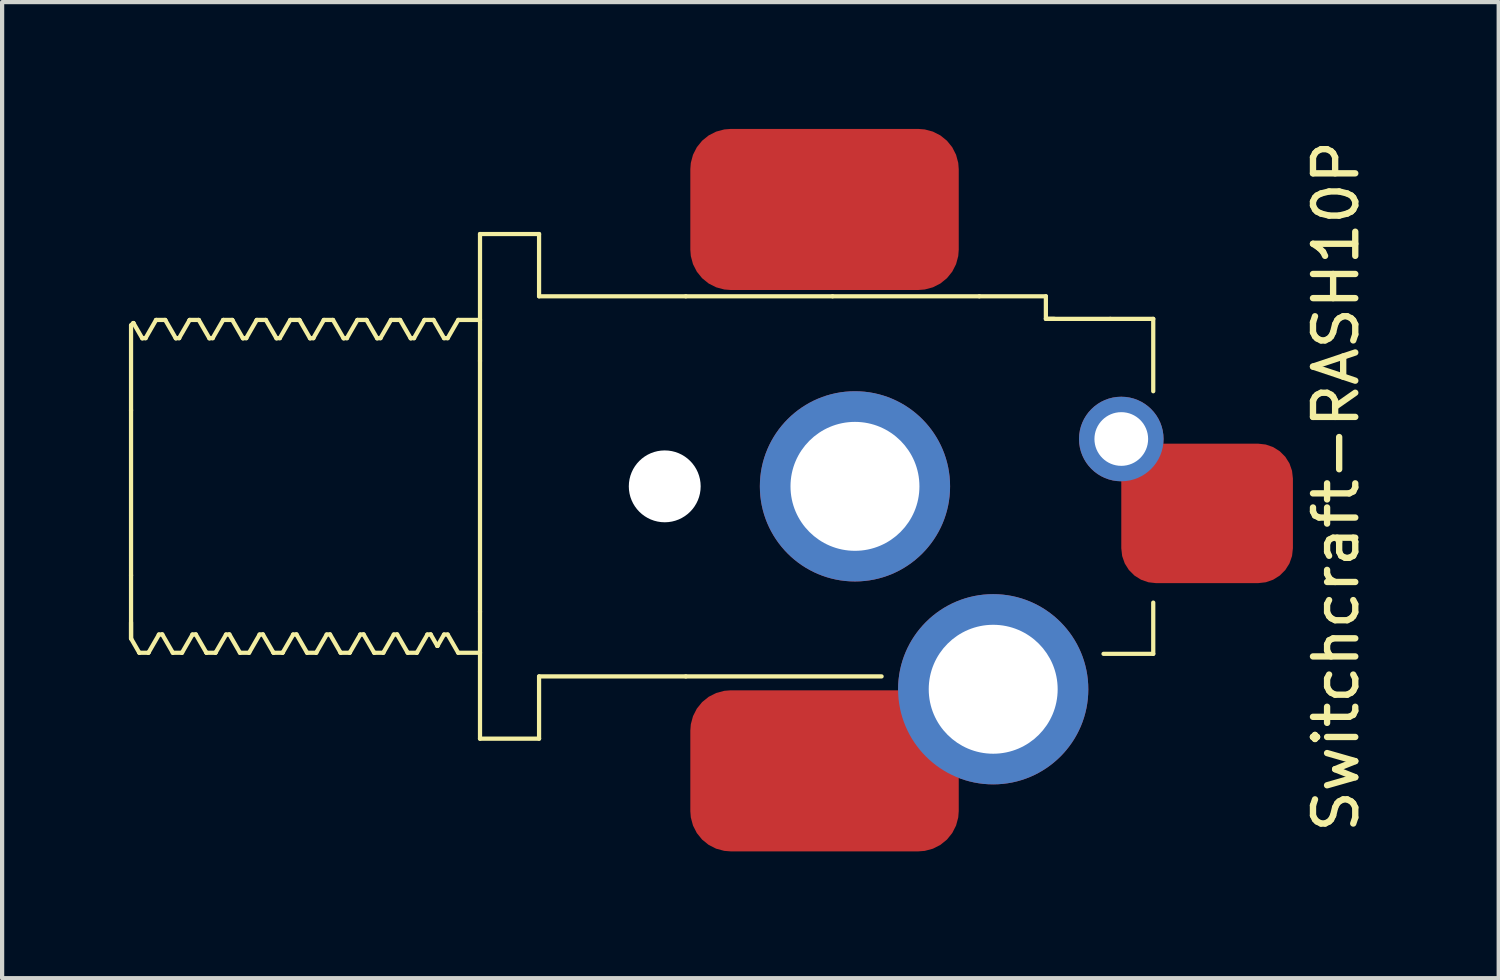
<source format=kicad_pcb>
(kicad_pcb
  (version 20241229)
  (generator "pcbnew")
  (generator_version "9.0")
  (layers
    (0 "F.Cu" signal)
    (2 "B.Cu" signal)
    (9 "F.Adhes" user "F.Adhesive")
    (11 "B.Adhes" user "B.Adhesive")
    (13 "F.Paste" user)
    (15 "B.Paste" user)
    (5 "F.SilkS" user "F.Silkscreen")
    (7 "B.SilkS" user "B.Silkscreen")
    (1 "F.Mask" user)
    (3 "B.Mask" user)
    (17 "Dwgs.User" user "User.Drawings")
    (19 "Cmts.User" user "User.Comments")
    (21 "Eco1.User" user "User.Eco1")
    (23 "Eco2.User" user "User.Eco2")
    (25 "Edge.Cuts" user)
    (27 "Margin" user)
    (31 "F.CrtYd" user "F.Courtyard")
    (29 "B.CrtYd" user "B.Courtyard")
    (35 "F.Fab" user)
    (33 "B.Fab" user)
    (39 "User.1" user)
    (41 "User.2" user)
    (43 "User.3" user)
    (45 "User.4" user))
  (footprint "Switchcraft-RASH10P"
    (layer "F.Cu")
    (at 8.305 8.455)
    (property "Reference" "Switchcraft-RASH10P" (at 20.25 0 90) (layer "F.SilkS") (effects (font (size 1 1) (thickness 0.15))))
    (attr through_hole)
    (fp_line (start -8.255 -3.81) (end -8.255 -1.802) (stroke (width 0.1) (type solid)) (layer "F.SilkS"))
    (fp_line (start -8.255 -3.81) (end -8.201 -3.864) (stroke (width 0.1) (type solid)) (layer "F.SilkS"))
    (fp_line (start -8.255 -1.802) (end -8.255 2.104) (stroke (width 0.1) (type solid)) (layer "F.SilkS"))
    (fp_line (start -8.255 2.104) (end -8.255 3.599) (stroke (width 0.1) (type solid)) (layer "F.SilkS"))
    (fp_line (start -8.255 3.599) (end -8.255 3.218) (stroke (width 0.1) (type solid)) (layer "F.SilkS"))
    (fp_line (start -8.201 -3.864) (end -8.198 -3.862) (stroke (width 0.1) (type solid)) (layer "F.SilkS"))
    (fp_line (start -8.063 3.932) (end -8.255 3.599) (stroke (width 0.1) (type solid)) (layer "F.SilkS"))
    (fp_line (start -8.063 3.932) (end -8.057 3.937) (stroke (width 0.1) (type solid)) (layer "F.SilkS"))
    (fp_line (start -8.057 3.937) (end -7.847 3.937) (stroke (width 0.1) (type solid)) (layer "F.SilkS"))
    (fp_line (start -7.991 -3.505) (end -7.909 -3.505) (stroke (width 0.1) (type solid)) (layer "F.SilkS"))
    (fp_line (start -7.988 -3.499) (end -8.198 -3.862) (stroke (width 0.1) (type solid)) (layer "F.SilkS"))
    (fp_line (start -7.912 -3.505) (end -7.666 -3.932) (stroke (width 0.1) (type solid)) (layer "F.SilkS"))
    (fp_line (start -7.847 3.937) (end -7.841 3.932) (stroke (width 0.1) (type solid)) (layer "F.SilkS"))
    (fp_line (start -7.666 -3.932) (end -7.66 -3.937) (stroke (width 0.1) (type solid)) (layer "F.SilkS"))
    (fp_line (start -7.66 -3.937) (end -7.45 -3.937) (stroke (width 0.1) (type solid)) (layer "F.SilkS"))
    (fp_line (start -7.598 3.505) (end -7.515 3.505) (stroke (width 0.1) (type solid)) (layer "F.SilkS"))
    (fp_line (start -7.594 3.505) (end -7.841 3.932) (stroke (width 0.1) (type solid)) (layer "F.SilkS"))
    (fp_line (start -7.519 3.499) (end -7.269 3.932) (stroke (width 0.1) (type solid)) (layer "F.SilkS"))
    (fp_line (start -7.45 -3.937) (end -7.444 -3.932) (stroke (width 0.1) (type solid)) (layer "F.SilkS"))
    (fp_line (start -7.444 -3.932) (end -7.194 -3.499) (stroke (width 0.1) (type solid)) (layer "F.SilkS"))
    (fp_line (start -7.269 3.932) (end -7.263 3.937) (stroke (width 0.1) (type solid)) (layer "F.SilkS"))
    (fp_line (start -7.263 3.937) (end -7.053 3.937) (stroke (width 0.1) (type solid)) (layer "F.SilkS"))
    (fp_line (start -7.198 -3.505) (end -7.115 -3.505) (stroke (width 0.1) (type solid)) (layer "F.SilkS"))
    (fp_line (start -7.119 -3.505) (end -6.872 -3.932) (stroke (width 0.1) (type solid)) (layer "F.SilkS"))
    (fp_line (start -7.053 3.937) (end -7.047 3.932) (stroke (width 0.1) (type solid)) (layer "F.SilkS"))
    (fp_line (start -7.047 3.932) (end -6.801 3.505) (stroke (width 0.1) (type solid)) (layer "F.SilkS"))
    (fp_line (start -6.872 -3.932) (end -6.866 -3.937) (stroke (width 0.1) (type solid)) (layer "F.SilkS"))
    (fp_line (start -6.866 -3.937) (end -6.656 -3.937) (stroke (width 0.1) (type solid)) (layer "F.SilkS"))
    (fp_line (start -6.804 3.505) (end -6.722 3.505) (stroke (width 0.1) (type solid)) (layer "F.SilkS"))
    (fp_line (start -6.725 3.499) (end -6.475 3.932) (stroke (width 0.1) (type solid)) (layer "F.SilkS"))
    (fp_line (start -6.656 -3.937) (end -6.65 -3.932) (stroke (width 0.1) (type solid)) (layer "F.SilkS"))
    (fp_line (start -6.65 -3.932) (end -6.4 -3.499) (stroke (width 0.1) (type solid)) (layer "F.SilkS"))
    (fp_line (start -6.475 3.932) (end -6.469 3.937) (stroke (width 0.1) (type solid)) (layer "F.SilkS"))
    (fp_line (start -6.469 3.937) (end -6.26 3.937) (stroke (width 0.1) (type solid)) (layer "F.SilkS"))
    (fp_line (start -6.404 -3.505) (end -6.321 -3.505) (stroke (width 0.1) (type solid)) (layer "F.SilkS"))
    (fp_line (start -6.325 -3.505) (end -6.078 -3.932) (stroke (width 0.1) (type solid)) (layer "F.SilkS"))
    (fp_line (start -6.26 3.937) (end -6.254 3.932) (stroke (width 0.1) (type solid)) (layer "F.SilkS"))
    (fp_line (start -6.254 3.932) (end -6.007 3.505) (stroke (width 0.1) (type solid)) (layer "F.SilkS"))
    (fp_line (start -6.078 -3.932) (end -6.072 -3.937) (stroke (width 0.1) (type solid)) (layer "F.SilkS"))
    (fp_line (start -6.072 -3.937) (end -5.863 -3.937) (stroke (width 0.1) (type solid)) (layer "F.SilkS"))
    (fp_line (start -6.01 3.505) (end -5.928 3.505) (stroke (width 0.1) (type solid)) (layer "F.SilkS"))
    (fp_line (start -5.931 3.499) (end -5.681 3.932) (stroke (width 0.1) (type solid)) (layer "F.SilkS"))
    (fp_line (start -5.863 -3.937) (end -5.857 -3.932) (stroke (width 0.1) (type solid)) (layer "F.SilkS"))
    (fp_line (start -5.857 -3.932) (end -5.607 -3.499) (stroke (width 0.1) (type solid)) (layer "F.SilkS"))
    (fp_line (start -5.681 3.932) (end -5.675 3.937) (stroke (width 0.1) (type solid)) (layer "F.SilkS"))
    (fp_line (start -5.675 3.937) (end -5.466 3.937) (stroke (width 0.1) (type solid)) (layer "F.SilkS"))
    (fp_line (start -5.61 -3.505) (end -5.528 -3.505) (stroke (width 0.1) (type solid)) (layer "F.SilkS"))
    (fp_line (start -5.531 -3.505) (end -5.284 -3.932) (stroke (width 0.1) (type solid)) (layer "F.SilkS"))
    (fp_line (start -5.466 3.937) (end -5.46 3.932) (stroke (width 0.1) (type solid)) (layer "F.SilkS"))
    (fp_line (start -5.46 3.932) (end -5.213 3.505) (stroke (width 0.1) (type solid)) (layer "F.SilkS"))
    (fp_line (start -5.284 -3.932) (end -5.278 -3.937) (stroke (width 0.1) (type solid)) (layer "F.SilkS"))
    (fp_line (start -5.278 -3.937) (end -5.069 -3.937) (stroke (width 0.1) (type solid)) (layer "F.SilkS"))
    (fp_line (start -5.216 3.505) (end -5.134 3.505) (stroke (width 0.1) (type solid)) (layer "F.SilkS"))
    (fp_line (start -5.138 3.499) (end -4.888 3.932) (stroke (width 0.1) (type solid)) (layer "F.SilkS"))
    (fp_line (start -5.069 -3.937) (end -5.063 -3.932) (stroke (width 0.1) (type solid)) (layer "F.SilkS"))
    (fp_line (start -5.063 -3.932) (end -4.813 -3.499) (stroke (width 0.1) (type solid)) (layer "F.SilkS"))
    (fp_line (start -4.888 3.932) (end -4.882 3.937) (stroke (width 0.1) (type solid)) (layer "F.SilkS"))
    (fp_line (start -4.882 3.937) (end -4.672 3.937) (stroke (width 0.1) (type solid)) (layer "F.SilkS"))
    (fp_line (start -4.816 -3.505) (end -4.734 -3.505) (stroke (width 0.1) (type solid)) (layer "F.SilkS"))
    (fp_line (start -4.737 -3.505) (end -4.491 -3.932) (stroke (width 0.1) (type solid)) (layer "F.SilkS"))
    (fp_line (start -4.672 3.937) (end -4.666 3.932) (stroke (width 0.1) (type solid)) (layer "F.SilkS"))
    (fp_line (start -4.666 3.932) (end -4.419 3.505) (stroke (width 0.1) (type solid)) (layer "F.SilkS"))
    (fp_line (start -4.491 -3.932) (end -4.485 -3.937) (stroke (width 0.1) (type solid)) (layer "F.SilkS"))
    (fp_line (start -4.485 -3.937) (end -4.275 -3.937) (stroke (width 0.1) (type solid)) (layer "F.SilkS"))
    (fp_line (start -4.423 3.505) (end -4.34 3.505) (stroke (width 0.1) (type solid)) (layer "F.SilkS"))
    (fp_line (start -4.344 3.499) (end -4.094 3.932) (stroke (width 0.1) (type solid)) (layer "F.SilkS"))
    (fp_line (start -4.275 -3.937) (end -4.269 -3.932) (stroke (width 0.1) (type solid)) (layer "F.SilkS"))
    (fp_line (start -4.269 -3.932) (end -4.019 -3.499) (stroke (width 0.1) (type solid)) (layer "F.SilkS"))
    (fp_line (start -4.094 3.932) (end -4.088 3.937) (stroke (width 0.1) (type solid)) (layer "F.SilkS"))
    (fp_line (start -4.088 3.937) (end -3.878 3.937) (stroke (width 0.1) (type solid)) (layer "F.SilkS"))
    (fp_line (start -4.023 -3.505) (end -3.94 -3.505) (stroke (width 0.1) (type solid)) (layer "F.SilkS"))
    (fp_line (start -3.944 -3.505) (end -3.697 -3.932) (stroke (width 0.1) (type solid)) (layer "F.SilkS"))
    (fp_line (start -3.878 3.937) (end -3.872 3.932) (stroke (width 0.1) (type solid)) (layer "F.SilkS"))
    (fp_line (start -3.872 3.932) (end -3.626 3.505) (stroke (width 0.1) (type solid)) (layer "F.SilkS"))
    (fp_line (start -3.697 -3.932) (end -3.691 -3.937) (stroke (width 0.1) (type solid)) (layer "F.SilkS"))
    (fp_line (start -3.691 -3.937) (end -3.481 -3.937) (stroke (width 0.1) (type solid)) (layer "F.SilkS"))
    (fp_line (start -3.629 3.505) (end -3.547 3.505) (stroke (width 0.1) (type solid)) (layer "F.SilkS"))
    (fp_line (start -3.55 3.499) (end -3.3 3.932) (stroke (width 0.1) (type solid)) (layer "F.SilkS"))
    (fp_line (start -3.481 -3.937) (end -3.475 -3.932) (stroke (width 0.1) (type solid)) (layer "F.SilkS"))
    (fp_line (start -3.475 -3.932) (end -3.225 -3.499) (stroke (width 0.1) (type solid)) (layer "F.SilkS"))
    (fp_line (start -3.3 3.932) (end -3.294 3.937) (stroke (width 0.1) (type solid)) (layer "F.SilkS"))
    (fp_line (start -3.294 3.937) (end -3.085 3.937) (stroke (width 0.1) (type solid)) (layer "F.SilkS"))
    (fp_line (start -3.229 -3.505) (end -3.146 -3.505) (stroke (width 0.1) (type solid)) (layer "F.SilkS"))
    (fp_line (start -3.15 -3.505) (end -2.903 -3.932) (stroke (width 0.1) (type solid)) (layer "F.SilkS"))
    (fp_line (start -3.085 3.937) (end -3.079 3.932) (stroke (width 0.1) (type solid)) (layer "F.SilkS"))
    (fp_line (start -3.079 3.932) (end -2.832 3.505) (stroke (width 0.1) (type solid)) (layer "F.SilkS"))
    (fp_line (start -2.903 -3.932) (end -2.897 -3.937) (stroke (width 0.1) (type solid)) (layer "F.SilkS"))
    (fp_line (start -2.897 -3.937) (end -2.688 -3.937) (stroke (width 0.1) (type solid)) (layer "F.SilkS"))
    (fp_line (start -2.835 3.505) (end -2.753 3.505) (stroke (width 0.1) (type solid)) (layer "F.SilkS"))
    (fp_line (start -2.756 3.499) (end -2.506 3.932) (stroke (width 0.1) (type solid)) (layer "F.SilkS"))
    (fp_line (start -2.688 -3.937) (end -2.682 -3.932) (stroke (width 0.1) (type solid)) (layer "F.SilkS"))
    (fp_line (start -2.682 -3.932) (end -2.432 -3.499) (stroke (width 0.1) (type solid)) (layer "F.SilkS"))
    (fp_line (start -2.506 3.932) (end -2.5 3.937) (stroke (width 0.1) (type solid)) (layer "F.SilkS"))
    (fp_line (start -2.5 3.937) (end -2.291 3.937) (stroke (width 0.1) (type solid)) (layer "F.SilkS"))
    (fp_line (start -2.435 -3.505) (end -2.353 -3.505) (stroke (width 0.1) (type solid)) (layer "F.SilkS"))
    (fp_line (start -2.356 -3.505) (end -2.109 -3.932) (stroke (width 0.1) (type solid)) (layer "F.SilkS"))
    (fp_line (start -2.291 3.937) (end -2.285 3.932) (stroke (width 0.1) (type solid)) (layer "F.SilkS"))
    (fp_line (start -2.285 3.932) (end -2.038 3.505) (stroke (width 0.1) (type solid)) (layer "F.SilkS"))
    (fp_line (start -2.109 -3.932) (end -2.103 -3.937) (stroke (width 0.1) (type solid)) (layer "F.SilkS"))
    (fp_line (start -2.103 -3.937) (end -1.894 -3.937) (stroke (width 0.1) (type solid)) (layer "F.SilkS"))
    (fp_line (start -2.041 3.505) (end -1.959 3.505) (stroke (width 0.1) (type solid)) (layer "F.SilkS"))
    (fp_line (start -1.963 3.499) (end -1.713 3.932) (stroke (width 0.1) (type solid)) (layer "F.SilkS"))
    (fp_line (start -1.894 -3.937) (end -1.888 -3.932) (stroke (width 0.1) (type solid)) (layer "F.SilkS"))
    (fp_line (start -1.888 -3.932) (end -1.638 -3.499) (stroke (width 0.1) (type solid)) (layer "F.SilkS"))
    (fp_line (start -1.713 3.932) (end -1.707 3.937) (stroke (width 0.1) (type solid)) (layer "F.SilkS"))
    (fp_line (start -1.707 3.937) (end -1.497 3.937) (stroke (width 0.1) (type solid)) (layer "F.SilkS"))
    (fp_line (start -1.641 -3.505) (end -1.559 -3.505) (stroke (width 0.1) (type solid)) (layer "F.SilkS"))
    (fp_line (start -1.562 -3.505) (end -1.316 -3.932) (stroke (width 0.1) (type solid)) (layer "F.SilkS"))
    (fp_line (start -1.497 3.937) (end -1.491 3.932) (stroke (width 0.1) (type solid)) (layer "F.SilkS"))
    (fp_line (start -1.491 3.932) (end -1.244 3.505) (stroke (width 0.1) (type solid)) (layer "F.SilkS"))
    (fp_line (start -1.316 -3.932) (end -1.31 -3.937) (stroke (width 0.1) (type solid)) (layer "F.SilkS"))
    (fp_line (start -1.31 -3.937) (end -1.1 -3.937) (stroke (width 0.1) (type solid)) (layer "F.SilkS"))
    (fp_line (start -1.248 3.505) (end -1.165 3.505) (stroke (width 0.1) (type solid)) (layer "F.SilkS"))
    (fp_line (start -1.169 3.499) (end -1.01 3.775) (stroke (width 0.1) (type solid)) (layer "F.SilkS"))
    (fp_line (start -1.006 3.775) (end -1.01 3.775) (stroke (width 0.1) (type solid)) (layer "F.SilkS"))
    (fp_line (start -0.851 -3.505) (end -1.1 -3.937) (stroke (width 0.1) (type solid)) (layer "F.SilkS"))
    (fp_line (start -0.851 -3.505) (end -0.765 -3.505) (stroke (width 0.1) (type solid)) (layer "F.SilkS"))
    (fp_line (start -0.851 3.505) (end -1.006 3.775) (stroke (width 0.1) (type solid)) (layer "F.SilkS"))
    (fp_line (start -0.851 3.505) (end -0.765 3.505) (stroke (width 0.1) (type solid)) (layer "F.SilkS"))
    (fp_line (start -0.765 -3.505) (end -0.516 -3.937) (stroke (width 0.1) (type solid)) (layer "F.SilkS"))
    (fp_line (start -0.765 3.505) (end -0.516 3.937) (stroke (width 0.1) (type solid)) (layer "F.SilkS"))
    (fp_line (start -0.516 -3.937) (end 0 -3.937) (stroke (width 0.1) (type solid)) (layer "F.SilkS"))
    (fp_line (start -0.516 3.937) (end 0 3.937) (stroke (width 0.1) (type solid)) (layer "F.SilkS"))
    (fp_line (start 0 -5.969) (end 0 -2.967) (stroke (width 0.1) (type solid)) (layer "F.SilkS"))
    (fp_line (start 0 -5.969) (end 1.397 -5.969) (stroke (width 0.1) (type solid)) (layer "F.SilkS"))
    (fp_line (start 0 -2.967) (end 0 2.967) (stroke (width 0.1) (type solid)) (layer "F.SilkS"))
    (fp_line (start 0 2.967) (end 0 5.969) (stroke (width 0.1) (type solid)) (layer "F.SilkS"))
    (fp_line (start 0 5.969) (end 1.397 5.969) (stroke (width 0.1) (type solid)) (layer "F.SilkS"))
    (fp_line (start 1.397 -5.969) (end 1.397 -4.496) (stroke (width 0.1) (type solid)) (layer "F.SilkS"))
    (fp_line (start 1.397 -4.496) (end 4.868 -4.496) (stroke (width 0.1) (type solid)) (layer "F.SilkS"))
    (fp_line (start 1.397 4.496) (end 1.397 5.969) (stroke (width 0.1) (type solid)) (layer "F.SilkS"))
    (fp_line (start 1.397 4.496) (end 4.868 4.496) (stroke (width 0.1) (type solid)) (layer "F.SilkS"))
    (fp_line (start 4.868 -4.496) (end 8.34 -4.496) (stroke (width 0.1) (type solid)) (layer "F.SilkS"))
    (fp_line (start 4.868 4.496) (end 9.5 4.496) (stroke (width 0.1) (type solid)) (layer "F.SilkS"))
    (fp_line (start 8.34 -4.496) (end 11.811 -4.496) (stroke (width 0.1) (type solid)) (layer "F.SilkS"))
    (fp_line (start 13.386 -4.496) (end 11.811 -4.496) (stroke (width 0.1) (type solid)) (layer "F.SilkS"))
    (fp_line (start 13.386 -3.988) (end 13.386 -4.496) (stroke (width 0.1) (type solid)) (layer "F.SilkS"))
    (fp_line (start 13.386 -3.962) (end 14.91 -3.962) (stroke (width 0.1) (type solid)) (layer "F.SilkS"))
    (fp_line (start 13.394 -3.962) (end 13.386 -3.962) (stroke (width 0.1) (type solid)) (layer "F.SilkS"))
    (fp_line (start 13.589 -3.962) (end 13.394 -3.962) (stroke (width 0.1) (type solid)) (layer "F.SilkS"))
    (fp_line (start 15.926 -3.962) (end 14.91 -3.962) (stroke (width 0.1) (type solid)) (layer "F.SilkS"))
    (fp_line (start 15.926 -3.962) (end 15.926 -2.25) (stroke (width 0.1) (type solid)) (layer "F.SilkS"))
    (fp_line (start 15.926 3.962) (end 14.75 3.962) (stroke (width 0.1) (type solid)) (layer "F.SilkS"))
    (fp_line (start 15.926 3.962) (end 15.926 2.75) (stroke (width 0.1) (type solid)) (layer "F.SilkS"))
    (pad "" np_thru_hole circle (at 4.37 0) (size 1.7 1.7) (drill 1.7) (layers "*.Cu" "*.Mask"))
    (pad "PIN" thru_hole circle (at 15.17 -1.12 180) (size 2 2) (drill 1.27) (layers "*.Cu" "*.Mask"))
    (pad "PIN" smd roundrect (at 17.2 0.64) (size 4.06 3.3) (layers "F.Cu" "F.Mask" "F.Paste") (roundrect_rratio 0.25))
    (pad "SHUNT" smd roundrect (at 8.15 6.73) (size 6.35 3.81) (layers "F.Cu" "F.Mask" "F.Paste") (roundrect_rratio 0.25))
    (pad "SHUNT" thru_hole circle (at 12.14 4.8) (size 4.5 4.5) (drill 3.05) (layers "*.Cu" "*.Mask"))
    (pad "SLEEVE" smd roundrect (at 8.15 -6.55) (size 6.35 3.81) (layers "F.Cu" "F.Mask" "F.Paste") (roundrect_rratio 0.25))
    (pad "SLEEVE" thru_hole circle (at 8.87 0) (size 4.5 4.5) (drill 3.05) (layers "*.Cu" "*.Mask")))
  (gr_rect
    (start -3 -3)
    (end 32.403 20.09)
    (stroke (width 0.1) (type default))
    (fill no)
    (layer "Edge.Cuts")))
</source>
